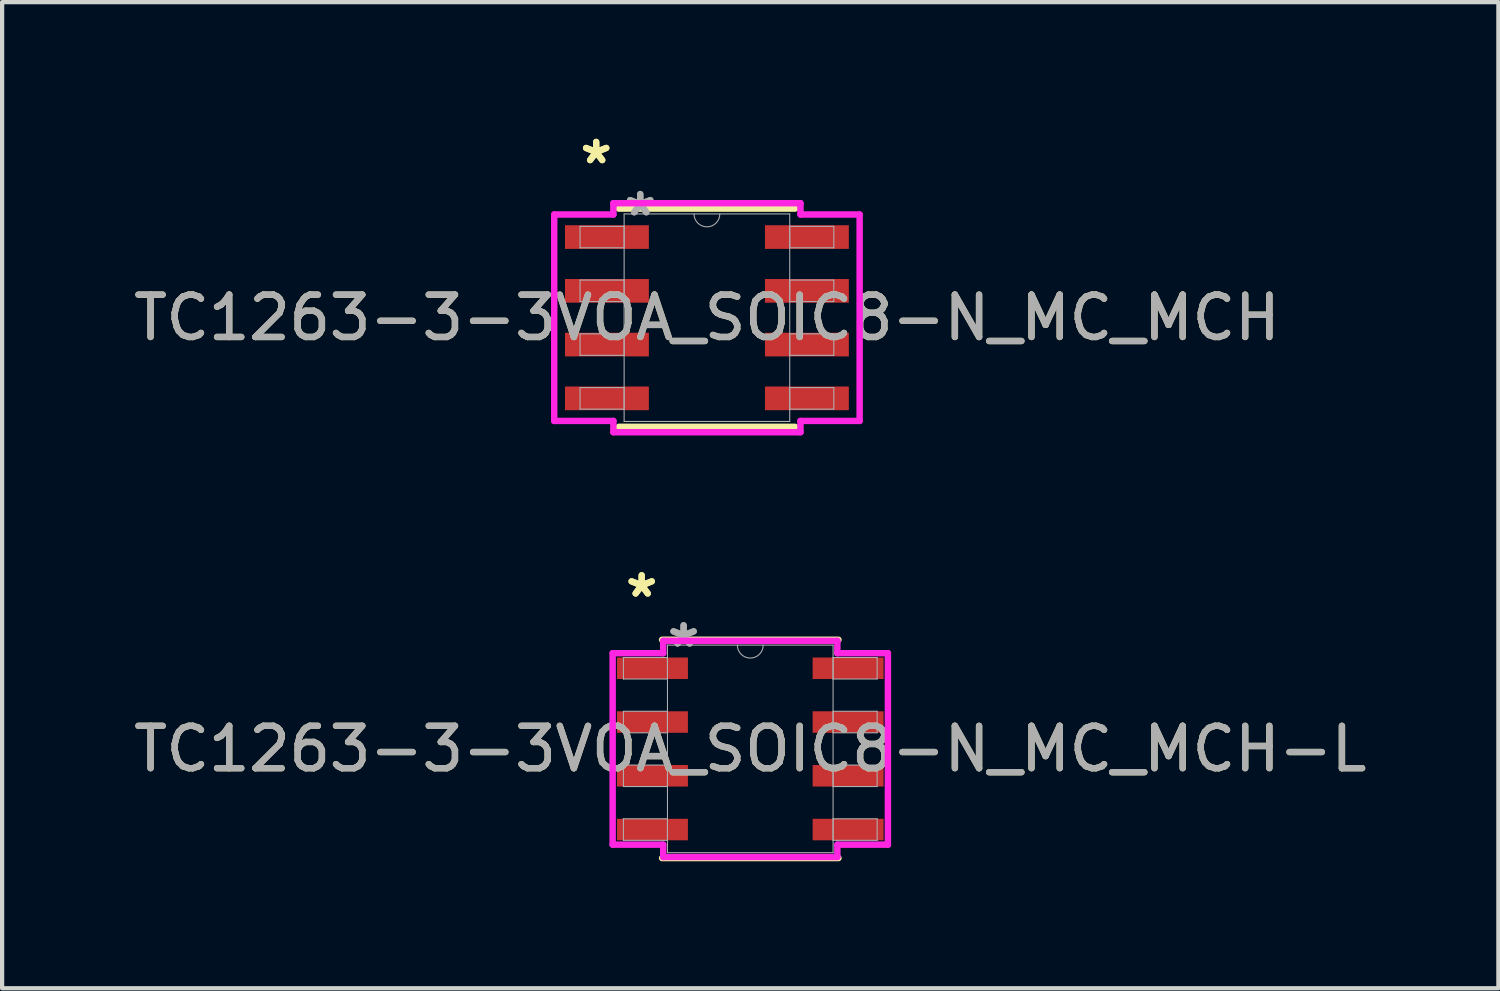
<source format=kicad_pcb>
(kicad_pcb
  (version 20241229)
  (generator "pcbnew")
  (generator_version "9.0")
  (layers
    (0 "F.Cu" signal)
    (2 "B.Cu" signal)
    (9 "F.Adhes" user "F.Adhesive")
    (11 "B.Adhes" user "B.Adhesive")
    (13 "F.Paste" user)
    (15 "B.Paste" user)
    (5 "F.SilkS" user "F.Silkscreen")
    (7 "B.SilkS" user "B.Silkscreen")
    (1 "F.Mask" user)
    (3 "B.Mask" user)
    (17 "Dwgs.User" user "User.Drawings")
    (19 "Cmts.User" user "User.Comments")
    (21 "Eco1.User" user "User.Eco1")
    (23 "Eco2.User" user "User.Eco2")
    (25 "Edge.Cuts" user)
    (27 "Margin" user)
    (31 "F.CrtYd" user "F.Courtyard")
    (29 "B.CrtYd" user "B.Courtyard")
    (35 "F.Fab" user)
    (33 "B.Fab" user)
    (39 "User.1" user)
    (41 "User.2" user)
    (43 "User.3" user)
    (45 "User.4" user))
  (footprint "TC1263-3-3VOA_SOIC8-N_MC_MCH-L"
    (layer "F.Cu")
    (at 14.673 14.641)
    (property "Reference" "TC1263-3-3VOA_SOIC8-N_MC_MCH-L" (at 0 0 0) (unlocked yes) (layer "F.SilkS") (effects (font (size 1 1) (thickness 0.15))))
    (attr smd)
    (fp_line (start -2.083 2.578) (end 2.083 2.578) (stroke (width 0.152) (type solid)) (layer "F.SilkS"))
    (fp_line (start 2.083 -2.578) (end -2.083 -2.578) (stroke (width 0.152) (type solid)) (layer "F.SilkS"))
    (fp_line (start -3.251 -2.261) (end -2.057 -2.261) (stroke (width 0.152) (type solid)) (layer "F.CrtYd"))
    (fp_line (start -3.251 2.261) (end -3.251 -2.261) (stroke (width 0.152) (type solid)) (layer "F.CrtYd"))
    (fp_line (start -3.251 2.261) (end -2.057 2.261) (stroke (width 0.152) (type solid)) (layer "F.CrtYd"))
    (fp_line (start -2.057 -2.553) (end 2.057 -2.553) (stroke (width 0.152) (type solid)) (layer "F.CrtYd"))
    (fp_line (start -2.057 -2.261) (end -2.057 -2.553) (stroke (width 0.152) (type solid)) (layer "F.CrtYd"))
    (fp_line (start -2.057 2.553) (end -2.057 2.261) (stroke (width 0.152) (type solid)) (layer "F.CrtYd"))
    (fp_line (start 2.057 -2.553) (end 2.057 -2.261) (stroke (width 0.152) (type solid)) (layer "F.CrtYd"))
    (fp_line (start 2.057 2.261) (end 2.057 2.553) (stroke (width 0.152) (type solid)) (layer "F.CrtYd"))
    (fp_line (start 2.057 2.553) (end -2.057 2.553) (stroke (width 0.152) (type solid)) (layer "F.CrtYd"))
    (fp_line (start 3.251 -2.261) (end 2.057 -2.261) (stroke (width 0.152) (type solid)) (layer "F.CrtYd"))
    (fp_line (start 3.251 -2.261) (end 3.251 2.261) (stroke (width 0.152) (type solid)) (layer "F.CrtYd"))
    (fp_line (start 3.251 2.261) (end 2.057 2.261) (stroke (width 0.152) (type solid)) (layer "F.CrtYd"))
    (fp_line (start -2.997 -2.159) (end -2.997 -1.651) (stroke (width 0.025) (type solid)) (layer "F.Fab"))
    (fp_line (start -2.997 -1.651) (end -1.956 -1.651) (stroke (width 0.025) (type solid)) (layer "F.Fab"))
    (fp_line (start -2.997 -0.889) (end -2.997 -0.381) (stroke (width 0.025) (type solid)) (layer "F.Fab"))
    (fp_line (start -2.997 -0.381) (end -1.956 -0.381) (stroke (width 0.025) (type solid)) (layer "F.Fab"))
    (fp_line (start -2.997 0.381) (end -2.997 0.889) (stroke (width 0.025) (type solid)) (layer "F.Fab"))
    (fp_line (start -2.997 0.889) (end -1.956 0.889) (stroke (width 0.025) (type solid)) (layer "F.Fab"))
    (fp_line (start -2.997 1.651) (end -2.997 2.159) (stroke (width 0.025) (type solid)) (layer "F.Fab"))
    (fp_line (start -2.997 2.159) (end -1.956 2.159) (stroke (width 0.025) (type solid)) (layer "F.Fab"))
    (fp_line (start -1.956 -2.451) (end -1.956 2.451) (stroke (width 0.025) (type solid)) (layer "F.Fab"))
    (fp_line (start -1.956 -2.159) (end -2.997 -2.159) (stroke (width 0.025) (type solid)) (layer "F.Fab"))
    (fp_line (start -1.956 -1.651) (end -1.956 -2.159) (stroke (width 0.025) (type solid)) (layer "F.Fab"))
    (fp_line (start -1.956 -0.889) (end -2.997 -0.889) (stroke (width 0.025) (type solid)) (layer "F.Fab"))
    (fp_line (start -1.956 -0.381) (end -1.956 -0.889) (stroke (width 0.025) (type solid)) (layer "F.Fab"))
    (fp_line (start -1.956 0.381) (end -2.997 0.381) (stroke (width 0.025) (type solid)) (layer "F.Fab"))
    (fp_line (start -1.956 0.889) (end -1.956 0.381) (stroke (width 0.025) (type solid)) (layer "F.Fab"))
    (fp_line (start -1.956 1.651) (end -2.997 1.651) (stroke (width 0.025) (type solid)) (layer "F.Fab"))
    (fp_line (start -1.956 2.159) (end -1.956 1.651) (stroke (width 0.025) (type solid)) (layer "F.Fab"))
    (fp_line (start -1.956 2.451) (end 1.956 2.451) (stroke (width 0.025) (type solid)) (layer "F.Fab"))
    (fp_line (start 1.956 -2.451) (end -1.956 -2.451) (stroke (width 0.025) (type solid)) (layer "F.Fab"))
    (fp_line (start 1.956 -2.159) (end 1.956 -1.651) (stroke (width 0.025) (type solid)) (layer "F.Fab"))
    (fp_line (start 1.956 -1.651) (end 2.997 -1.651) (stroke (width 0.025) (type solid)) (layer "F.Fab"))
    (fp_line (start 1.956 -0.889) (end 1.956 -0.381) (stroke (width 0.025) (type solid)) (layer "F.Fab"))
    (fp_line (start 1.956 -0.381) (end 2.997 -0.381) (stroke (width 0.025) (type solid)) (layer "F.Fab"))
    (fp_line (start 1.956 0.381) (end 1.956 0.889) (stroke (width 0.025) (type solid)) (layer "F.Fab"))
    (fp_line (start 1.956 0.889) (end 2.997 0.889) (stroke (width 0.025) (type solid)) (layer "F.Fab"))
    (fp_line (start 1.956 1.651) (end 1.956 2.159) (stroke (width 0.025) (type solid)) (layer "F.Fab"))
    (fp_line (start 1.956 2.159) (end 2.997 2.159) (stroke (width 0.025) (type solid)) (layer "F.Fab"))
    (fp_line (start 1.956 2.451) (end 1.956 -2.451) (stroke (width 0.025) (type solid)) (layer "F.Fab"))
    (fp_line (start 2.997 -2.159) (end 1.956 -2.159) (stroke (width 0.025) (type solid)) (layer "F.Fab"))
    (fp_line (start 2.997 -1.651) (end 2.997 -2.159) (stroke (width 0.025) (type solid)) (layer "F.Fab"))
    (fp_line (start 2.997 -0.889) (end 1.956 -0.889) (stroke (width 0.025) (type solid)) (layer "F.Fab"))
    (fp_line (start 2.997 -0.381) (end 2.997 -0.889) (stroke (width 0.025) (type solid)) (layer "F.Fab"))
    (fp_line (start 2.997 0.381) (end 1.956 0.381) (stroke (width 0.025) (type solid)) (layer "F.Fab"))
    (fp_line (start 2.997 0.889) (end 2.997 0.381) (stroke (width 0.025) (type solid)) (layer "F.Fab"))
    (fp_line (start 2.997 1.651) (end 1.956 1.651) (stroke (width 0.025) (type solid)) (layer "F.Fab"))
    (fp_line (start 2.997 2.159) (end 2.997 1.651) (stroke (width 0.025) (type solid)) (layer "F.Fab"))
    (fp_arc (start 0.3048 -2.4511) (mid 0 -2.1463) (end -0.3048 -2.4511) (stroke (width 0.0254) (type solid)) (layer "F.Fab"))
    (fp_text user "*" (at -2.565 -3.556 0) (layer "F.SilkS") (effects (font (size 1 1) (thickness 0.15))))
    (fp_text user "*" (at -2.565 -3.556 0) (unlocked yes) (layer "F.SilkS") (effects (font (size 1 1) (thickness 0.15))))
    (fp_text user "*" (at -1.575 -2.375 0) (layer "F.Fab") (effects (font (size 1 1) (thickness 0.15))))
    (fp_text user "${REFERENCE}" (at 0 0 0) (unlocked yes) (layer "F.Fab") (effects (font (size 1 1) (thickness 0.15))))
    (fp_text user "*" (at -1.575 -2.375 0) (unlocked yes) (layer "F.Fab") (effects (font (size 1 1) (thickness 0.15))))
    (pad "1" smd rect (at -2.311 -1.905) (size 1.676 0.508) (layers "F.Cu" "F.Mask" "F.Paste"))
    (pad "2" smd rect (at -2.311 -0.635) (size 1.676 0.508) (layers "F.Cu" "F.Mask" "F.Paste"))
    (pad "3" smd rect (at -2.311 0.635) (size 1.676 0.508) (layers "F.Cu" "F.Mask" "F.Paste"))
    (pad "4" smd rect (at -2.311 1.905) (size 1.676 0.508) (layers "F.Cu" "F.Mask" "F.Paste"))
    (pad "5" smd rect (at 2.311 1.905) (size 1.676 0.508) (layers "F.Cu" "F.Mask" "F.Paste"))
    (pad "6" smd rect (at 2.311 0.635) (size 1.676 0.508) (layers "F.Cu" "F.Mask" "F.Paste"))
    (pad "7" smd rect (at 2.311 -0.635) (size 1.676 0.508) (layers "F.Cu" "F.Mask" "F.Paste"))
    (pad "8" smd rect (at 2.311 -1.905) (size 1.676 0.508) (layers "F.Cu" "F.Mask" "F.Paste")))
  (footprint "TC1263-3-3VOA_SOIC8-N_MC_MCH"
    (layer "F.Cu")
    (at 13.649 4.455)
    (property "Reference" "TC1263-3-3VOA_SOIC8-N_MC_MCH" (at 0 0 0) (unlocked yes) (layer "F.SilkS") (effects (font (size 1 1) (thickness 0.15))))
    (attr smd)
    (fp_line (start -2.083 2.578) (end 2.083 2.578) (stroke (width 0.152) (type solid)) (layer "F.SilkS"))
    (fp_line (start 2.083 -2.578) (end -2.083 -2.578) (stroke (width 0.152) (type solid)) (layer "F.SilkS"))
    (fp_line (start -3.607 -2.438) (end -2.21 -2.438) (stroke (width 0.152) (type solid)) (layer "F.CrtYd"))
    (fp_line (start -3.607 2.438) (end -3.607 -2.438) (stroke (width 0.152) (type solid)) (layer "F.CrtYd"))
    (fp_line (start -3.607 2.438) (end -2.21 2.438) (stroke (width 0.152) (type solid)) (layer "F.CrtYd"))
    (fp_line (start -2.21 -2.705) (end 2.21 -2.705) (stroke (width 0.152) (type solid)) (layer "F.CrtYd"))
    (fp_line (start -2.21 -2.438) (end -2.21 -2.705) (stroke (width 0.152) (type solid)) (layer "F.CrtYd"))
    (fp_line (start -2.21 2.705) (end -2.21 2.438) (stroke (width 0.152) (type solid)) (layer "F.CrtYd"))
    (fp_line (start 2.21 -2.705) (end 2.21 -2.438) (stroke (width 0.152) (type solid)) (layer "F.CrtYd"))
    (fp_line (start 2.21 2.438) (end 2.21 2.705) (stroke (width 0.152) (type solid)) (layer "F.CrtYd"))
    (fp_line (start 2.21 2.705) (end -2.21 2.705) (stroke (width 0.152) (type solid)) (layer "F.CrtYd"))
    (fp_line (start 3.607 -2.438) (end 2.21 -2.438) (stroke (width 0.152) (type solid)) (layer "F.CrtYd"))
    (fp_line (start 3.607 -2.438) (end 3.607 2.438) (stroke (width 0.152) (type solid)) (layer "F.CrtYd"))
    (fp_line (start 3.607 2.438) (end 2.21 2.438) (stroke (width 0.152) (type solid)) (layer "F.CrtYd"))
    (fp_line (start -2.997 -2.159) (end -2.997 -1.651) (stroke (width 0.025) (type solid)) (layer "F.Fab"))
    (fp_line (start -2.997 -1.651) (end -1.956 -1.651) (stroke (width 0.025) (type solid)) (layer "F.Fab"))
    (fp_line (start -2.997 -0.889) (end -2.997 -0.381) (stroke (width 0.025) (type solid)) (layer "F.Fab"))
    (fp_line (start -2.997 -0.381) (end -1.956 -0.381) (stroke (width 0.025) (type solid)) (layer "F.Fab"))
    (fp_line (start -2.997 0.381) (end -2.997 0.889) (stroke (width 0.025) (type solid)) (layer "F.Fab"))
    (fp_line (start -2.997 0.889) (end -1.956 0.889) (stroke (width 0.025) (type solid)) (layer "F.Fab"))
    (fp_line (start -2.997 1.651) (end -2.997 2.159) (stroke (width 0.025) (type solid)) (layer "F.Fab"))
    (fp_line (start -2.997 2.159) (end -1.956 2.159) (stroke (width 0.025) (type solid)) (layer "F.Fab"))
    (fp_line (start -1.956 -2.451) (end -1.956 2.451) (stroke (width 0.025) (type solid)) (layer "F.Fab"))
    (fp_line (start -1.956 -2.159) (end -2.997 -2.159) (stroke (width 0.025) (type solid)) (layer "F.Fab"))
    (fp_line (start -1.956 -1.651) (end -1.956 -2.159) (stroke (width 0.025) (type solid)) (layer "F.Fab"))
    (fp_line (start -1.956 -0.889) (end -2.997 -0.889) (stroke (width 0.025) (type solid)) (layer "F.Fab"))
    (fp_line (start -1.956 -0.381) (end -1.956 -0.889) (stroke (width 0.025) (type solid)) (layer "F.Fab"))
    (fp_line (start -1.956 0.381) (end -2.997 0.381) (stroke (width 0.025) (type solid)) (layer "F.Fab"))
    (fp_line (start -1.956 0.889) (end -1.956 0.381) (stroke (width 0.025) (type solid)) (layer "F.Fab"))
    (fp_line (start -1.956 1.651) (end -2.997 1.651) (stroke (width 0.025) (type solid)) (layer "F.Fab"))
    (fp_line (start -1.956 2.159) (end -1.956 1.651) (stroke (width 0.025) (type solid)) (layer "F.Fab"))
    (fp_line (start -1.956 2.451) (end 1.956 2.451) (stroke (width 0.025) (type solid)) (layer "F.Fab"))
    (fp_line (start 1.956 -2.451) (end -1.956 -2.451) (stroke (width 0.025) (type solid)) (layer "F.Fab"))
    (fp_line (start 1.956 -2.159) (end 1.956 -1.651) (stroke (width 0.025) (type solid)) (layer "F.Fab"))
    (fp_line (start 1.956 -1.651) (end 2.997 -1.651) (stroke (width 0.025) (type solid)) (layer "F.Fab"))
    (fp_line (start 1.956 -0.889) (end 1.956 -0.381) (stroke (width 0.025) (type solid)) (layer "F.Fab"))
    (fp_line (start 1.956 -0.381) (end 2.997 -0.381) (stroke (width 0.025) (type solid)) (layer "F.Fab"))
    (fp_line (start 1.956 0.381) (end 1.956 0.889) (stroke (width 0.025) (type solid)) (layer "F.Fab"))
    (fp_line (start 1.956 0.889) (end 2.997 0.889) (stroke (width 0.025) (type solid)) (layer "F.Fab"))
    (fp_line (start 1.956 1.651) (end 1.956 2.159) (stroke (width 0.025) (type solid)) (layer "F.Fab"))
    (fp_line (start 1.956 2.159) (end 2.997 2.159) (stroke (width 0.025) (type solid)) (layer "F.Fab"))
    (fp_line (start 1.956 2.451) (end 1.956 -2.451) (stroke (width 0.025) (type solid)) (layer "F.Fab"))
    (fp_line (start 2.997 -2.159) (end 1.956 -2.159) (stroke (width 0.025) (type solid)) (layer "F.Fab"))
    (fp_line (start 2.997 -1.651) (end 2.997 -2.159) (stroke (width 0.025) (type solid)) (layer "F.Fab"))
    (fp_line (start 2.997 -0.889) (end 1.956 -0.889) (stroke (width 0.025) (type solid)) (layer "F.Fab"))
    (fp_line (start 2.997 -0.381) (end 2.997 -0.889) (stroke (width 0.025) (type solid)) (layer "F.Fab"))
    (fp_line (start 2.997 0.381) (end 1.956 0.381) (stroke (width 0.025) (type solid)) (layer "F.Fab"))
    (fp_line (start 2.997 0.889) (end 2.997 0.381) (stroke (width 0.025) (type solid)) (layer "F.Fab"))
    (fp_line (start 2.997 1.651) (end 1.956 1.651) (stroke (width 0.025) (type solid)) (layer "F.Fab"))
    (fp_line (start 2.997 2.159) (end 2.997 1.651) (stroke (width 0.025) (type solid)) (layer "F.Fab"))
    (fp_arc (start 0.3048 -2.4511) (mid 0 -2.1463) (end -0.3048 -2.4511) (stroke (width 0.0254) (type solid)) (layer "F.Fab"))
    (fp_text user "*" (at -2.616 -3.607 0) (unlocked yes) (layer "F.SilkS") (effects (font (size 1 1) (thickness 0.15))))
    (fp_text user "*" (at -2.616 -3.607 0) (layer "F.SilkS") (effects (font (size 1 1) (thickness 0.15))))
    (fp_text user "*" (at -1.575 -2.375 0) (unlocked yes) (layer "F.Fab") (effects (font (size 1 1) (thickness 0.15))))
    (fp_text user "${REFERENCE}" (at 0 0 0) (unlocked yes) (layer "F.Fab") (effects (font (size 1 1) (thickness 0.15))))
    (fp_text user "*" (at -1.575 -2.375 0) (layer "F.Fab") (effects (font (size 1 1) (thickness 0.15))))
    (pad "1" smd rect (at -2.362 -1.905) (size 1.981 0.559) (layers "F.Cu" "F.Mask" "F.Paste"))
    (pad "2" smd rect (at -2.362 -0.635) (size 1.981 0.559) (layers "F.Cu" "F.Mask" "F.Paste"))
    (pad "3" smd rect (at -2.362 0.635) (size 1.981 0.559) (layers "F.Cu" "F.Mask" "F.Paste"))
    (pad "4" smd rect (at -2.362 1.905) (size 1.981 0.559) (layers "F.Cu" "F.Mask" "F.Paste"))
    (pad "5" smd rect (at 2.362 1.905) (size 1.981 0.559) (layers "F.Cu" "F.Mask" "F.Paste"))
    (pad "6" smd rect (at 2.362 0.635) (size 1.981 0.559) (layers "F.Cu" "F.Mask" "F.Paste"))
    (pad "7" smd rect (at 2.362 -0.635) (size 1.981 0.559) (layers "F.Cu" "F.Mask" "F.Paste"))
    (pad "8" smd rect (at 2.362 -1.905) (size 1.981 0.559) (layers "F.Cu" "F.Mask" "F.Paste")))
  (gr_rect
    (start -3 -3)
    (end 32.345 20.295)
    (stroke (width 0.1) (type default))
    (fill no)
    (layer "Edge.Cuts")))
</source>
